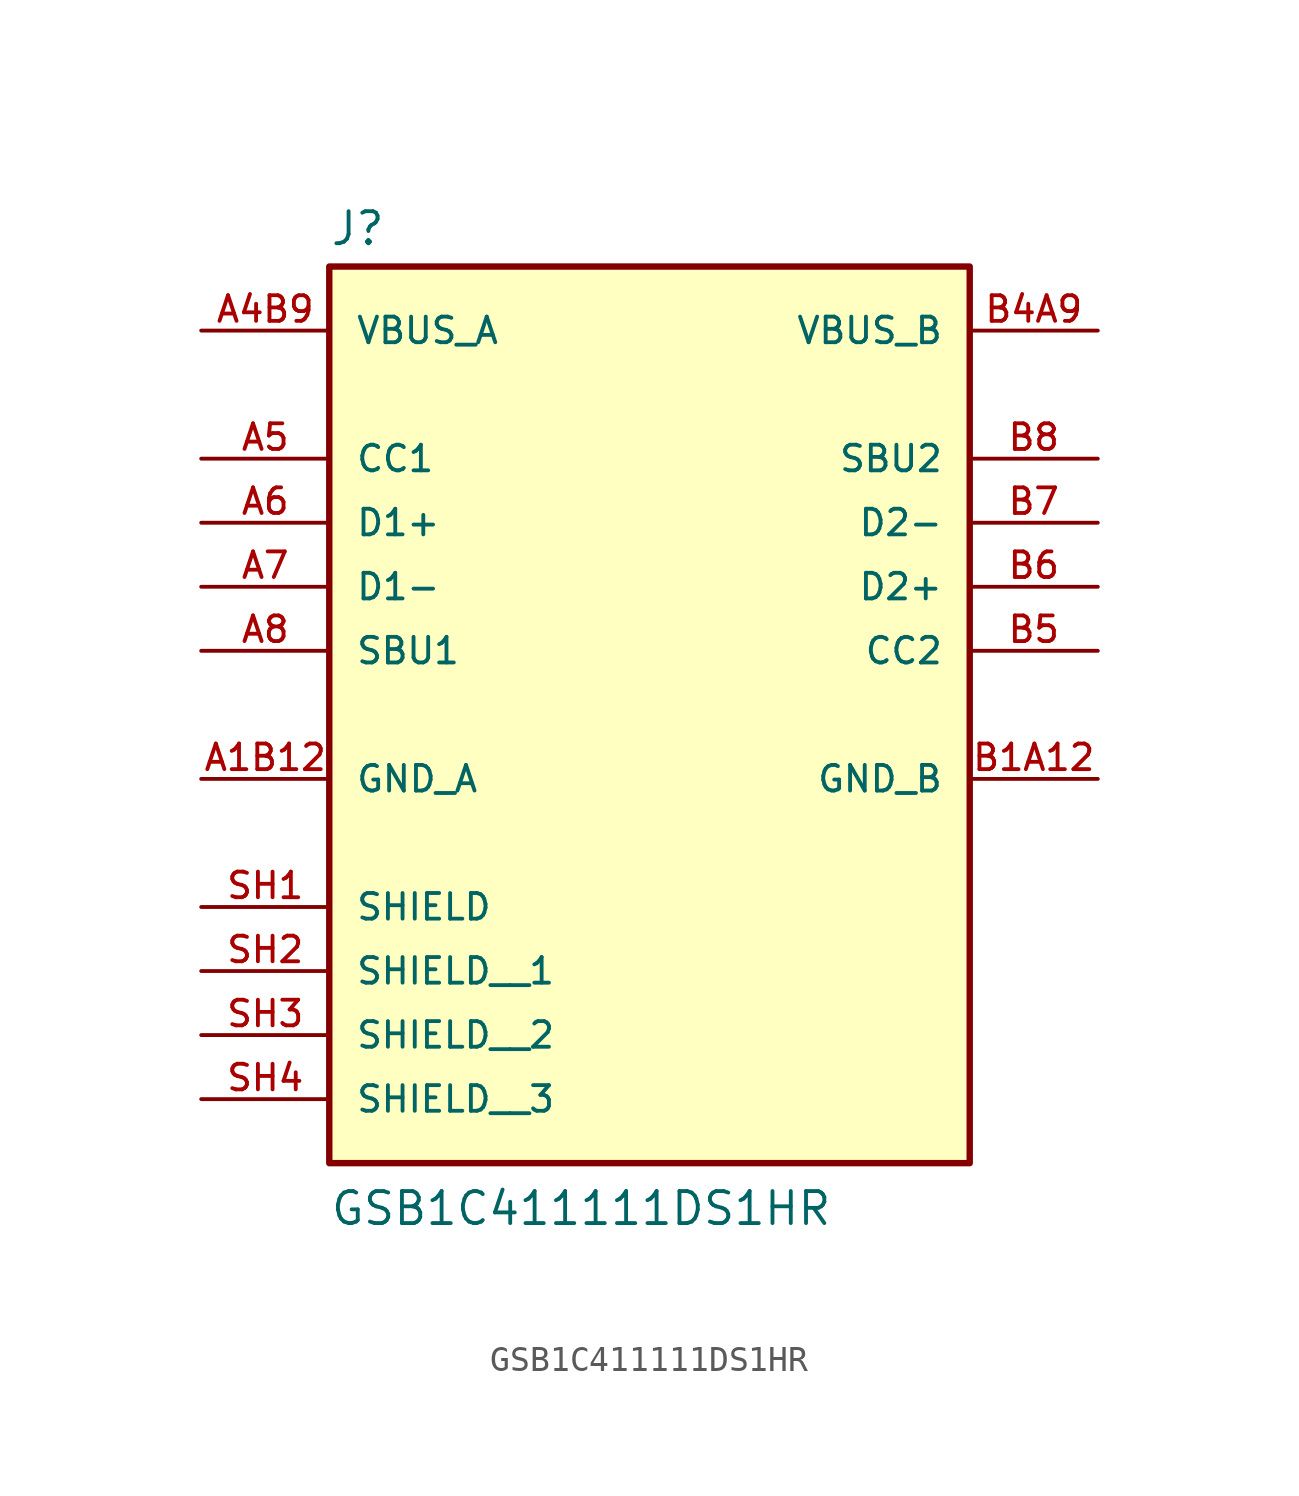
<source format=kicad_sym>
(kicad_symbol_lib
  (version 20211014)
  (generator kicad_symbol_editor)
  (symbol "GSB1C411111DS1HR"
    (pin_names
      (offset 1.016))
    (property "Reference" "J"
      (at -12.7 13.462 0)
      (effects (font (size 1.27 1.27)) (justify bottom left)))
    (property "Value" "GSB1C411111DS1HR"
      (at -12.7 -25.4 0)
      (effects (font (size 1.27 1.27)) (justify bottom left)))
    (symbol "GSB1C411111DS1HR_0_0"
      (rectangle (start -12.7 -22.86) (end 12.7 12.7) (stroke (width 0.254)) (fill (type background)))
      (pin power_in line (at -17.78 -7.62 0) (length 5.08) (name "GND_A" (effects (font (size 1.016 1.016)))) (number "A1B12" (effects (font (size 1.016 1.016)))))
      (pin power_in line (at -17.78 10.16 0) (length 5.08) (name "VBUS_A" (effects (font (size 1.016 1.016)))) (number "A4B9" (effects (font (size 1.016 1.016)))))
      (pin bidirectional line (at -17.78 2.54 0) (length 5.08) (name "D1+" (effects (font (size 1.016 1.016)))) (number "A6" (effects (font (size 1.016 1.016)))))
      (pin bidirectional line (at -17.78 5.08 0) (length 5.08) (name "CC1" (effects (font (size 1.016 1.016)))) (number "A5" (effects (font (size 1.016 1.016)))))
      (pin bidirectional line (at -17.78 -2.54 0) (length 5.08) (name "SBU1" (effects (font (size 1.016 1.016)))) (number "A8" (effects (font (size 1.016 1.016)))))
      (pin bidirectional line (at -17.78 0.0 0) (length 5.08) (name "D1-" (effects (font (size 1.016 1.016)))) (number "A7" (effects (font (size 1.016 1.016)))))
      (pin passive line (at -17.78 -12.7 0) (length 5.08) (name "SHIELD" (effects (font (size 1.016 1.016)))) (number "SH1" (effects (font (size 1.016 1.016)))))
      (pin power_in line (at 17.78 -7.62 180.0) (length 5.08) (name "GND_B" (effects (font (size 1.016 1.016)))) (number "B1A12" (effects (font (size 1.016 1.016)))))
      (pin power_in line (at 17.78 10.16 180.0) (length 5.08) (name "VBUS_B" (effects (font (size 1.016 1.016)))) (number "B4A9" (effects (font (size 1.016 1.016)))))
      (pin bidirectional line (at 17.78 0.0 180.0) (length 5.08) (name "D2+" (effects (font (size 1.016 1.016)))) (number "B6" (effects (font (size 1.016 1.016)))))
      (pin bidirectional line (at 17.78 -2.54 180.0) (length 5.08) (name "CC2" (effects (font (size 1.016 1.016)))) (number "B5" (effects (font (size 1.016 1.016)))))
      (pin bidirectional line (at 17.78 5.08 180.0) (length 5.08) (name "SBU2" (effects (font (size 1.016 1.016)))) (number "B8" (effects (font (size 1.016 1.016)))))
      (pin bidirectional line (at 17.78 2.54 180.0) (length 5.08) (name "D2-" (effects (font (size 1.016 1.016)))) (number "B7" (effects (font (size 1.016 1.016)))))
      (pin passive line (at -17.78 -15.24 0) (length 5.08) (name "SHIELD__1" (effects (font (size 1.016 1.016)))) (number "SH2" (effects (font (size 1.016 1.016)))))
      (pin passive line (at -17.78 -17.78 0) (length 5.08) (name "SHIELD__2" (effects (font (size 1.016 1.016)))) (number "SH3" (effects (font (size 1.016 1.016)))))
      (pin passive line (at -17.78 -20.32 0) (length 5.08) (name "SHIELD__3" (effects (font (size 1.016 1.016)))) (number "SH4" (effects (font (size 1.016 1.016))))))))
</source>
